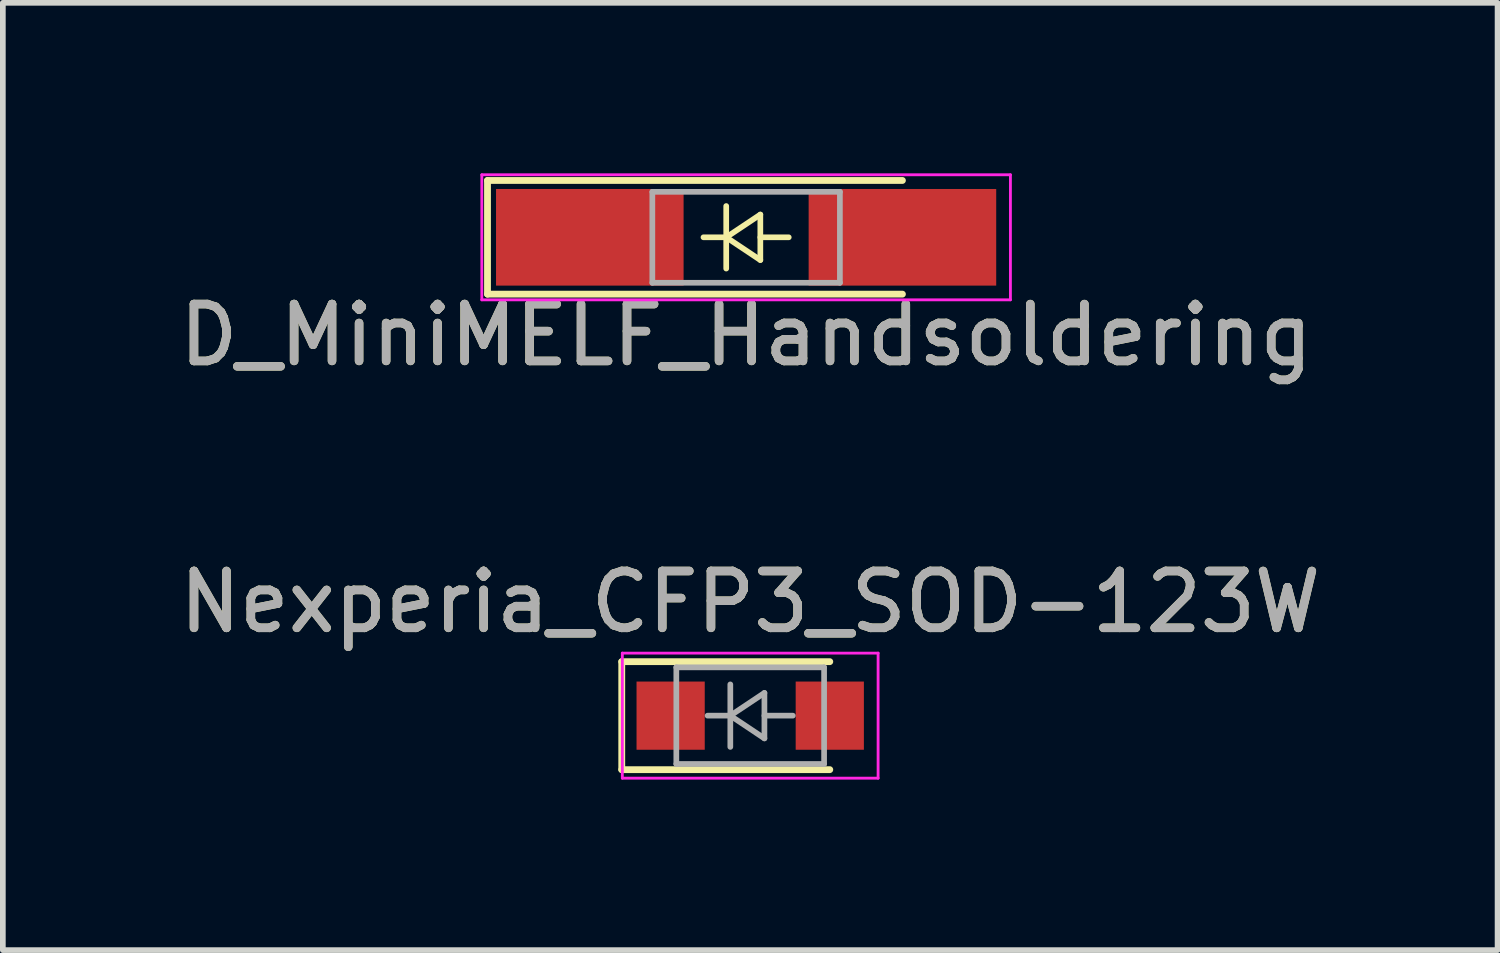
<source format=kicad_pcb>
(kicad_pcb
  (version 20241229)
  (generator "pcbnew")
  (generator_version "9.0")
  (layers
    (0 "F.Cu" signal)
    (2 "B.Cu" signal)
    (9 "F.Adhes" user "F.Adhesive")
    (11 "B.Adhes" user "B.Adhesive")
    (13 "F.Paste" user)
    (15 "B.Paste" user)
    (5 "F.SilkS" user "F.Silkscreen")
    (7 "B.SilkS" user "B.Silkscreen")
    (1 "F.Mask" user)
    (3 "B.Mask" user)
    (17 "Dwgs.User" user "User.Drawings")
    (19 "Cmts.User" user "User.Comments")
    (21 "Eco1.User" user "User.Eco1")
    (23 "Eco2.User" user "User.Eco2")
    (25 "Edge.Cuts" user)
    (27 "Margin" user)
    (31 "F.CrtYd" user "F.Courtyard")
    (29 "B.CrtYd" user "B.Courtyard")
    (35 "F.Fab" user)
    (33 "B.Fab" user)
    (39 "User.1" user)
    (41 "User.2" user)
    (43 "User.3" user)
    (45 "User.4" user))
  (footprint "Nexperia_CFP3_SOD-123W"
    (layer "F.Cu")
    (at 10.149 9.541)
    (property "Reference" "Nexperia_CFP3_SOD-123W" (at 0 -2 0) (layer "F.SilkS") (effects (font (size 1 1) (thickness 0.15))))
    (attr smd)
    (fp_line (start -2.26 -0.95) (end -2.26 0.95) (stroke (width 0.12) (type solid)) (layer "F.SilkS"))
    (fp_line (start -2.26 -0.95) (end 1.4 -0.95) (stroke (width 0.12) (type solid)) (layer "F.SilkS"))
    (fp_line (start -2.26 0.95) (end 1.4 0.95) (stroke (width 0.12) (type solid)) (layer "F.SilkS"))
    (fp_line (start -2.25 -1.1) (end -2.25 1.1) (stroke (width 0.05) (type solid)) (layer "F.CrtYd"))
    (fp_line (start -2.25 -1.1) (end 2.25 -1.1) (stroke (width 0.05) (type solid)) (layer "F.CrtYd"))
    (fp_line (start 2.25 -1.1) (end 2.25 1.1) (stroke (width 0.05) (type solid)) (layer "F.CrtYd"))
    (fp_line (start 2.25 1.1) (end -2.25 1.1) (stroke (width 0.05) (type solid)) (layer "F.CrtYd"))
    (fp_line (start -1.3 -0.85) (end 1.3 -0.85) (stroke (width 0.1) (type solid)) (layer "F.Fab"))
    (fp_line (start -1.3 0.85) (end -1.3 -0.85) (stroke (width 0.1) (type solid)) (layer "F.Fab"))
    (fp_line (start -0.75 0) (end -0.35 0) (stroke (width 0.1) (type solid)) (layer "F.Fab"))
    (fp_line (start -0.35 -0.55) (end -0.35 0.55) (stroke (width 0.1) (type solid)) (layer "F.Fab"))
    (fp_line (start -0.35 0) (end 0.25 -0.4) (stroke (width 0.1) (type solid)) (layer "F.Fab"))
    (fp_line (start -0.35 0) (end 0.25 0.4) (stroke (width 0.1) (type solid)) (layer "F.Fab"))
    (fp_line (start 0.25 -0.4) (end 0.25 0.4) (stroke (width 0.1) (type solid)) (layer "F.Fab"))
    (fp_line (start 0.75 0) (end 0.25 0) (stroke (width 0.1) (type solid)) (layer "F.Fab"))
    (fp_line (start 1.3 -0.85) (end 1.3 0.85) (stroke (width 0.1) (type solid)) (layer "F.Fab"))
    (fp_line (start 1.3 0.85) (end -1.3 0.85) (stroke (width 0.1) (type solid)) (layer "F.Fab"))
    (fp_text user "${REFERENCE}" (at 0 -2 0) (layer "F.Fab") (effects (font (size 1 1) (thickness 0.15))))
    (pad "1" smd rect (at -1.4 0) (size 1.2 1.2) (layers "F.Cu" "F.Mask" "F.Paste"))
    (pad "2" smd rect (at 1.4 0) (size 1.2 1.2) (layers "F.Cu" "F.Mask" "F.Paste")))
  (footprint "D_MiniMELF_Handsoldering"
    (layer "F.Cu")
    (at 10.077 1.125)
    (property "Reference" "D_MiniMELF_Handsoldering" (at 0 1.72 180) (layer "F.SilkS") (effects (font (size 1 1) (thickness 0.15))))
    (attr smd)
    (fp_line (start -4.55 -1) (end -4.55 1) (stroke (width 0.12) (type solid)) (layer "F.SilkS"))
    (fp_line (start -4.55 1) (end 2.75 1) (stroke (width 0.12) (type solid)) (layer "F.SilkS"))
    (fp_line (start -0.75 0) (end -0.35 0) (stroke (width 0.1) (type solid)) (layer "F.SilkS"))
    (fp_line (start -0.35 0) (end -0.35 -0.55) (stroke (width 0.1) (type solid)) (layer "F.SilkS"))
    (fp_line (start -0.35 0) (end -0.35 0.55) (stroke (width 0.1) (type solid)) (layer "F.SilkS"))
    (fp_line (start -0.35 0) (end 0.25 -0.4) (stroke (width 0.1) (type solid)) (layer "F.SilkS"))
    (fp_line (start 0.25 -0.4) (end 0.25 0.4) (stroke (width 0.1) (type solid)) (layer "F.SilkS"))
    (fp_line (start 0.25 0) (end 0.75 0) (stroke (width 0.1) (type solid)) (layer "F.SilkS"))
    (fp_line (start 0.25 0.4) (end -0.35 0) (stroke (width 0.1) (type solid)) (layer "F.SilkS"))
    (fp_line (start 2.75 -1) (end -4.55 -1) (stroke (width 0.12) (type solid)) (layer "F.SilkS"))
    (fp_line (start -4.65 -1.1) (end 4.65 -1.1) (stroke (width 0.05) (type solid)) (layer "F.CrtYd"))
    (fp_line (start -4.65 1.1) (end -4.65 -1.1) (stroke (width 0.05) (type solid)) (layer "F.CrtYd"))
    (fp_line (start 4.65 -1.1) (end 4.65 1.1) (stroke (width 0.05) (type solid)) (layer "F.CrtYd"))
    (fp_line (start 4.65 1.1) (end -4.65 1.1) (stroke (width 0.05) (type solid)) (layer "F.CrtYd"))
    (fp_line (start -1.65 -0.8) (end 1.65 -0.8) (stroke (width 0.1) (type solid)) (layer "F.Fab"))
    (fp_line (start -1.65 0.8) (end -1.65 -0.8) (stroke (width 0.1) (type solid)) (layer "F.Fab"))
    (fp_line (start 1.65 -0.8) (end 1.65 0.8) (stroke (width 0.1) (type solid)) (layer "F.Fab"))
    (fp_line (start 1.65 0.8) (end -1.65 0.8) (stroke (width 0.1) (type solid)) (layer "F.Fab"))
    (fp_text user "${REFERENCE}" (at 0 1.72 180) (layer "F.Fab") (effects (font (size 1 1) (thickness 0.15))))
    (pad "1" smd rect (at -2.75 0) (size 3.3 1.7) (layers "F.Cu" "F.Mask" "F.Paste"))
    (pad "2" smd rect (at 2.75 0) (size 3.3 1.7) (layers "F.Cu" "F.Mask" "F.Paste")))
  (gr_rect
    (start -3 -3)
    (end 23.298 13.666)
    (stroke (width 0.1) (type default))
    (fill no)
    (layer "Edge.Cuts")))
</source>
